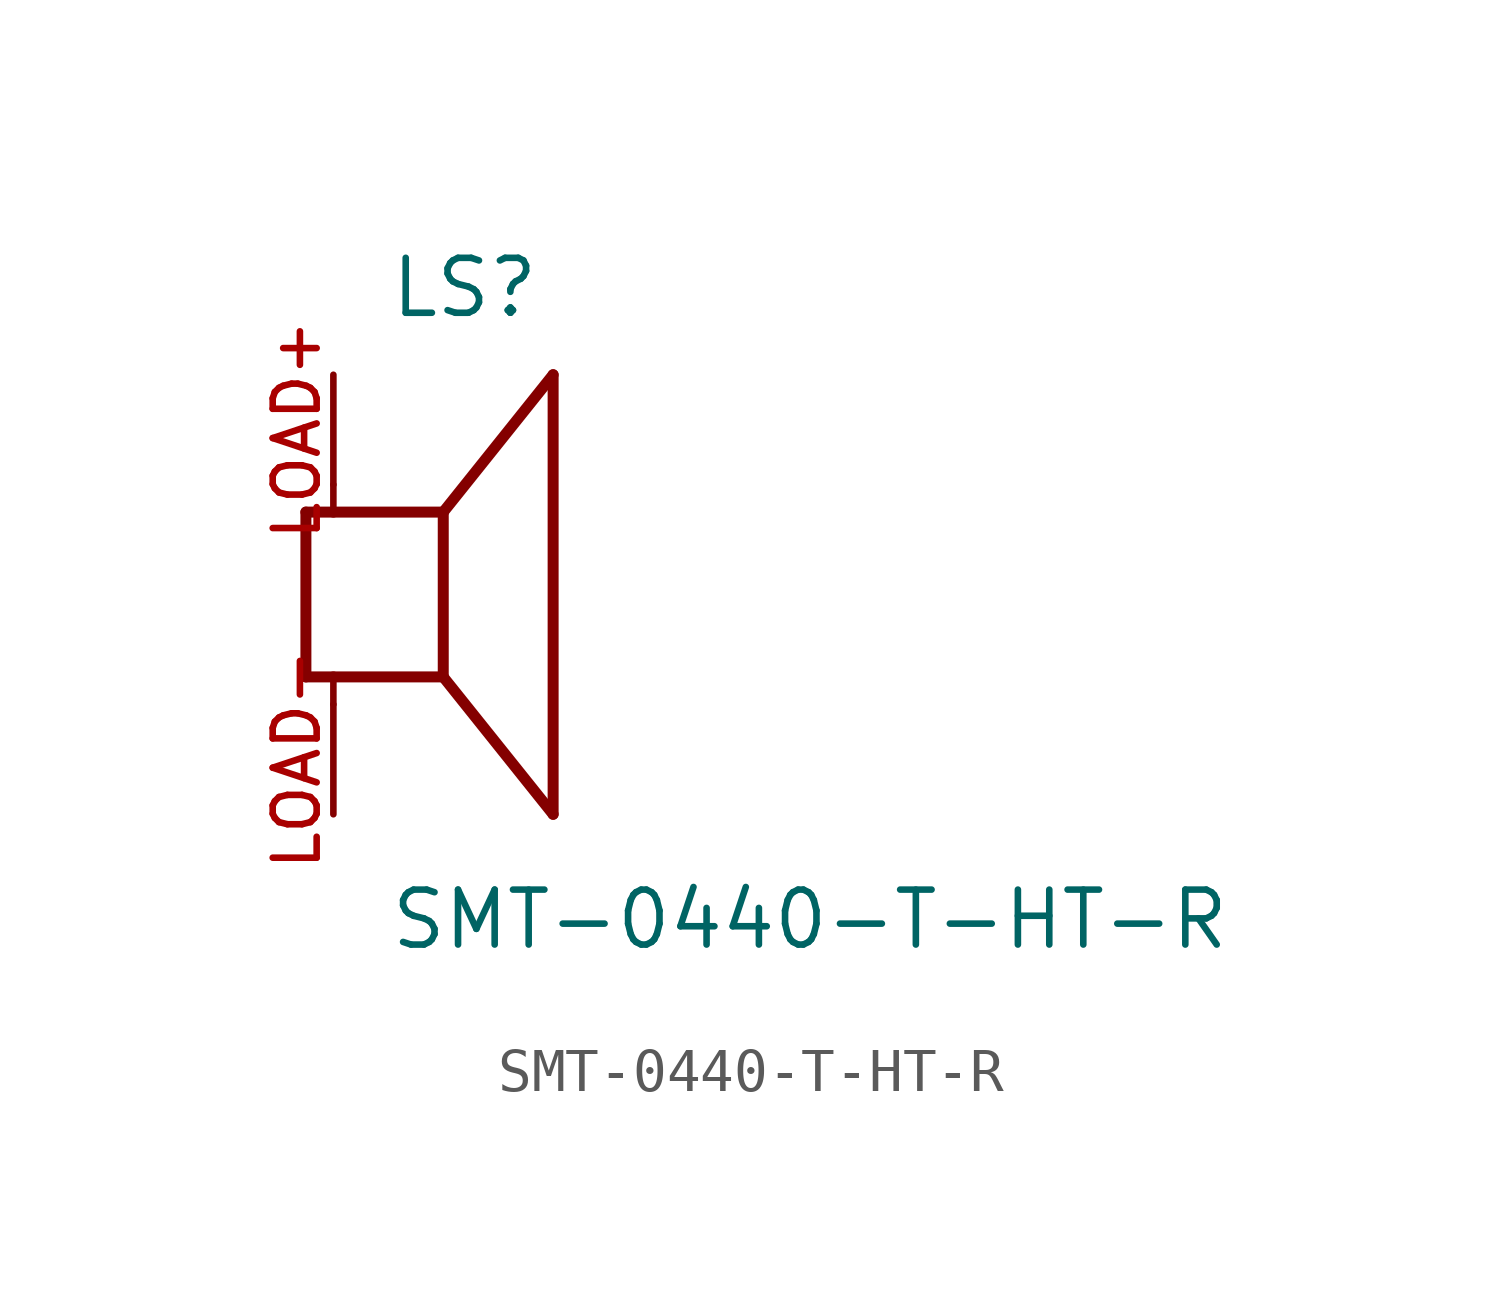
<source format=kicad_sym>
(kicad_symbol_lib
  (version 20211014)
  (generator kicad_symbol_editor)
  (symbol "SMT-0440-T-HT-R"
    (pin_names
      (offset 1.016))
    (property "Reference" "LS"
      (at -1.27 6.35 0)
      (effects (font (size 1.27 1.27)) (justify bottom left)))
    (property "Value" "SMT-0440-T-HT-R"
      (at -1.27 -8.255 0)
      (effects (font (size 1.27 1.27)) (justify bottom left)))
    (symbol "SMT-0440-T-HT-R_0_0"
      (polyline (pts (xy -3.175 1.905) (xy -3.175 -1.905)) (stroke (width 0.254)))
      (polyline (pts (xy -3.175 -1.905) (xy -2.54 -1.905)) (stroke (width 0.254)))
      (polyline (pts (xy 0.0 -1.905) (xy 0.0 1.905)) (stroke (width 0.254)))
      (polyline (pts (xy -3.175 1.905) (xy -2.54 1.905)) (stroke (width 0.254)))
      (polyline (pts (xy 0.0 -1.905) (xy 2.54 -5.08)) (stroke (width 0.254)))
      (polyline (pts (xy 2.54 -5.08) (xy 2.54 5.08)) (stroke (width 0.254)))
      (polyline (pts (xy 0.0 1.905) (xy 2.54 5.08)) (stroke (width 0.254)))
      (polyline (pts (xy -2.54 -2.54) (xy -2.54 -1.905)) (stroke (width 0.152)))
      (polyline (pts (xy -2.54 -1.905) (xy 0.0 -1.905)) (stroke (width 0.254)))
      (polyline (pts (xy -2.54 2.54) (xy -2.54 1.905)) (stroke (width 0.152)))
      (polyline (pts (xy -2.54 1.905) (xy 0.0 1.905)) (stroke (width 0.254)))
      (pin passive line (at -2.54 -5.08 90.0) (length 2.54) (name "~" (effects (font (size 1.016 1.016)))) (number "LOAD-" (effects (font (size 1.016 1.016)))))
      (pin passive line (at -2.54 5.08 270.0) (length 2.54) (name "~" (effects (font (size 1.016 1.016)))) (number "LOAD+" (effects (font (size 1.016 1.016))))))))
</source>
